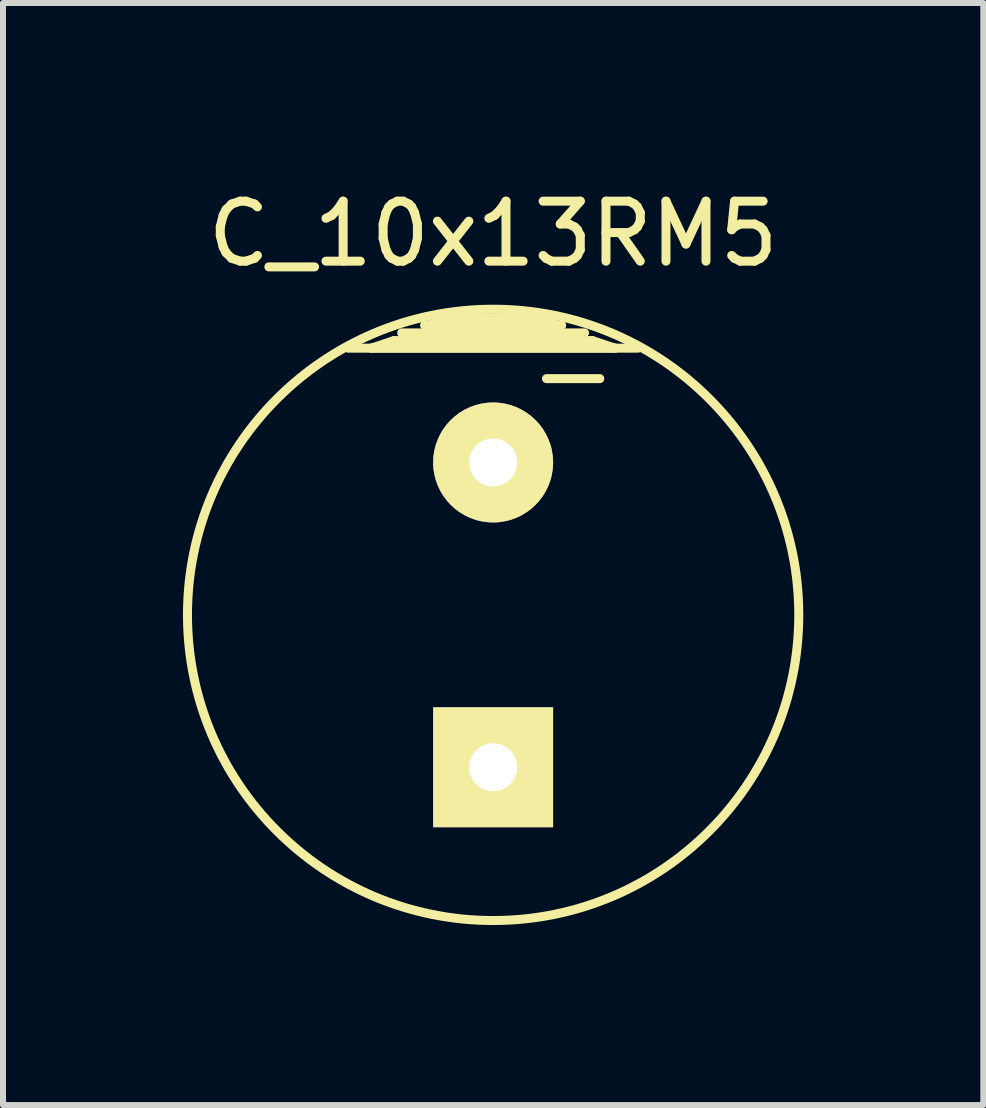
<source format=kicad_pcb>
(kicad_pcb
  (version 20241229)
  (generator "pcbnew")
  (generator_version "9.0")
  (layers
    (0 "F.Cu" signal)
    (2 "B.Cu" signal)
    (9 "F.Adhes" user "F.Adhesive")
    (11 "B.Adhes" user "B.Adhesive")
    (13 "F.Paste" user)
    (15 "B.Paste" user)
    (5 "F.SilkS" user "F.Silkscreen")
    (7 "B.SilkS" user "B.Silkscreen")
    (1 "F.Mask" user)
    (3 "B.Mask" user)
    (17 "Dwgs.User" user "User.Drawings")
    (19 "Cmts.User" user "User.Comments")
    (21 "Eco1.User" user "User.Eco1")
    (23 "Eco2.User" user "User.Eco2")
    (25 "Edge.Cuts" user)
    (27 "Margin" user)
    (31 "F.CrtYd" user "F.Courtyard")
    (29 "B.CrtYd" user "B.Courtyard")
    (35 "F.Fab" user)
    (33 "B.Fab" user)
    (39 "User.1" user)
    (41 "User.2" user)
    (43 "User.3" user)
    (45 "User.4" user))
  (footprint "C_10x13RM5"
    (layer "F.Cu")
    (at 5.169 7.198)
    (property "Reference" "C_10x13RM5" (at 0 -6.35 0) (layer "F.SilkS") (effects (font (size 1 1) (thickness 0.15))))
    (attr through_hole)
    (fp_line (start -2.413 -4.445) (end 2.413 -4.445) (stroke (width 0.15) (type solid)) (layer "F.SilkS"))
    (fp_line (start -2.032 -4.445) (end -1.651 -4.572) (stroke (width 0.15) (type solid)) (layer "F.SilkS"))
    (fp_line (start -1.651 -4.572) (end 1.651 -4.572) (stroke (width 0.15) (type solid)) (layer "F.SilkS"))
    (fp_line (start -1.524 -4.699) (end 1.524 -4.699) (stroke (width 0.15) (type solid)) (layer "F.SilkS"))
    (fp_line (start -1.016 -4.826) (end 1.016 -4.826) (stroke (width 0.15) (type solid)) (layer "F.SilkS"))
    (fp_line (start 0.889 -3.937) (end 1.778 -3.937) (stroke (width 0.15) (type solid)) (layer "F.SilkS"))
    (fp_line (start 1.016 -4.953) (end -1.016 -4.953) (stroke (width 0.15) (type solid)) (layer "F.SilkS"))
    (fp_line (start 1.143 -4.826) (end -1.143 -4.826) (stroke (width 0.15) (type solid)) (layer "F.SilkS"))
    (fp_line (start 1.651 -4.572) (end 2.032 -4.445) (stroke (width 0.15) (type solid)) (layer "F.SilkS"))
    (fp_line (start 2.032 -4.445) (end -2.032 -4.445) (stroke (width 0.15) (type solid)) (layer "F.SilkS"))
    (fp_circle (center 0 0) (end 5.08 0.381) (stroke (width 0.15) (type solid)) (fill no) (layer "F.SilkS"))
    (pad "1" thru_hole rect (at 0 2.54) (size 1.999 1.999) (drill 0.8) (layers "*.Cu" "*.Mask" "F.SilkS"))
    (pad "2" thru_hole circle (at 0 -2.54) (size 1.999 1.999) (drill 0.8) (layers "*.Cu" "*.Mask" "F.SilkS")))
  (gr_rect
    (start -3 -3)
    (end 13.339 15.368)
    (stroke (width 0.1) (type default))
    (fill no)
    (layer "Edge.Cuts")))
</source>
